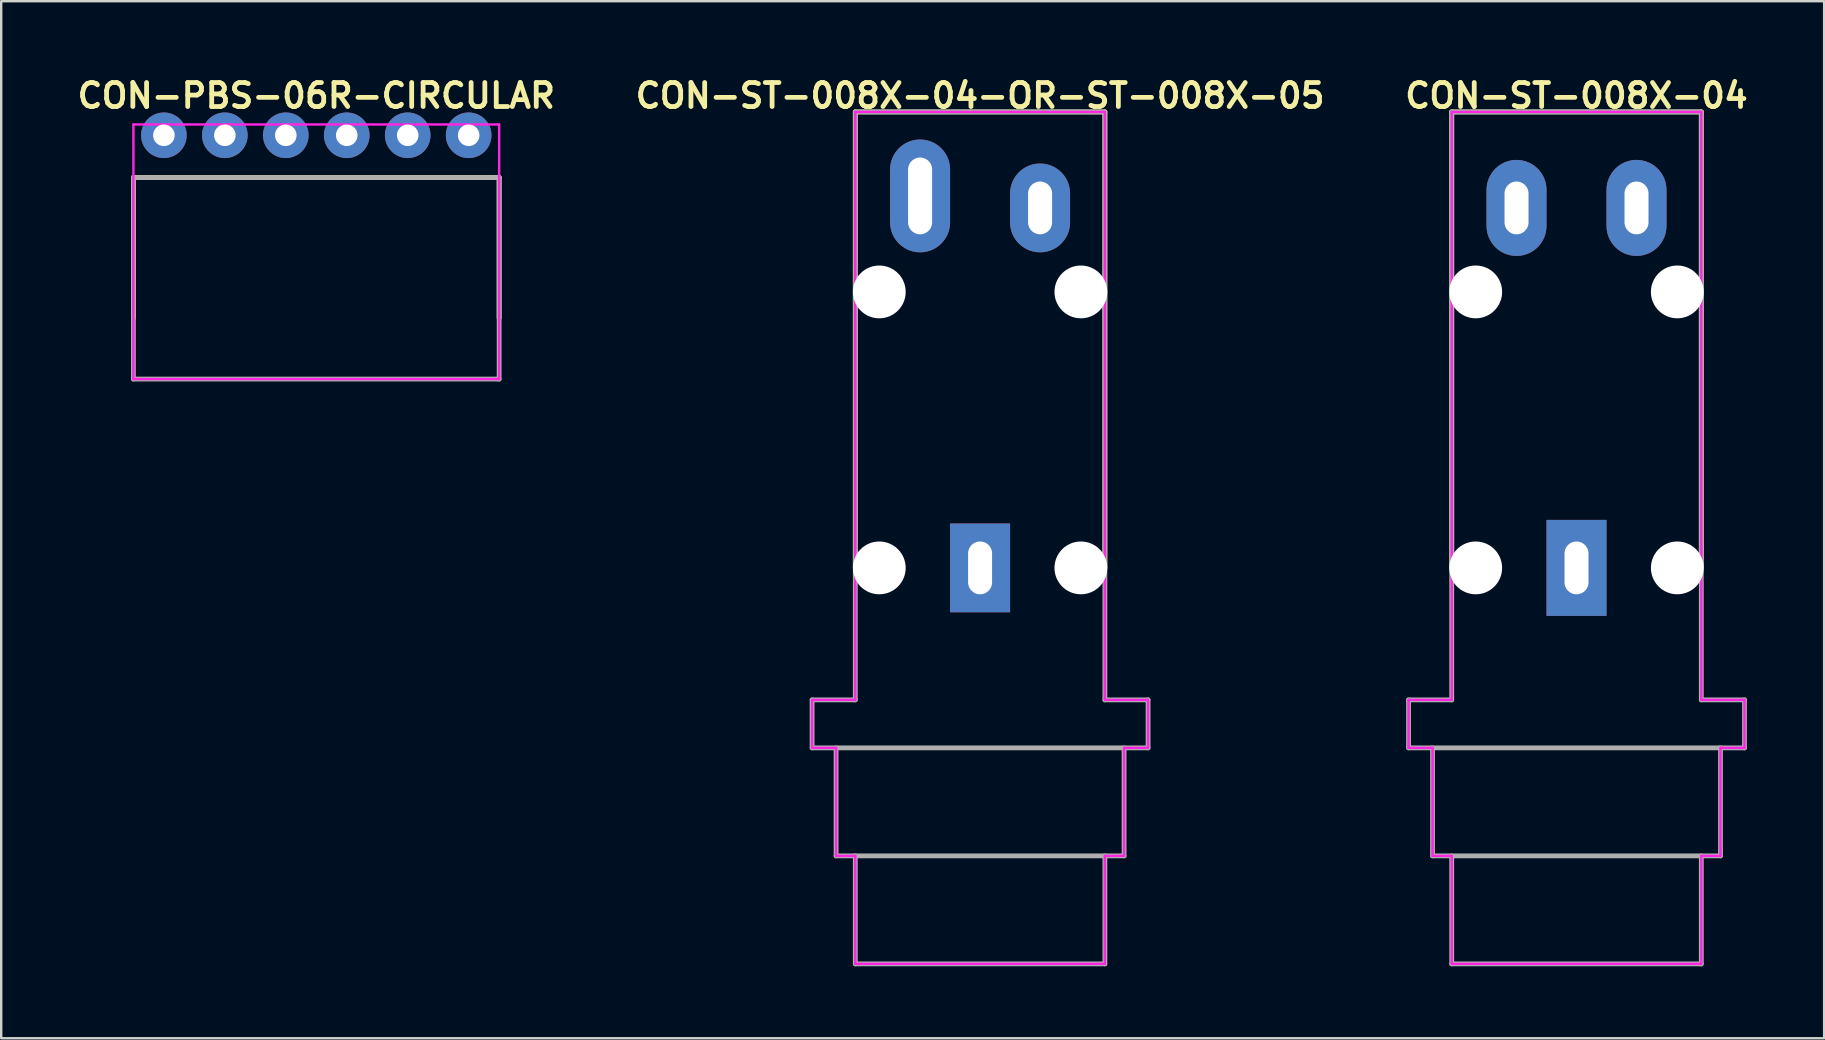
<source format=kicad_pcb>
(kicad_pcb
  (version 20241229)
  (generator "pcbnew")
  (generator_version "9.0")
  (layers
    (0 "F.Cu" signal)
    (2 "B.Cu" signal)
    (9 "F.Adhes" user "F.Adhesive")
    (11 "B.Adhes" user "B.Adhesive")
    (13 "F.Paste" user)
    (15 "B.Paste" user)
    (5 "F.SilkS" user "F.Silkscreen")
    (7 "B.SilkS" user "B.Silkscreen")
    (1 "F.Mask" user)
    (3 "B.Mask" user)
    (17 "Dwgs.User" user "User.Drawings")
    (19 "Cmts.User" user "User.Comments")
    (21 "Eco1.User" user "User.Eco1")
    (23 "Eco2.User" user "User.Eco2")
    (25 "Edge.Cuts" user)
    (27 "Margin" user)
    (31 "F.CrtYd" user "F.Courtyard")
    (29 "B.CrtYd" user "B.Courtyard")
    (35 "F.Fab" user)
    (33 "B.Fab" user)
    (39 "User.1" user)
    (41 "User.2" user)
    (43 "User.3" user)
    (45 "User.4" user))
  (footprint "CON-ST-008X-04"
    (layer "F.Cu")
    (at 62.643 28.114)
    (property "Reference" "CON-ST-008X-04" (at 0 -27.178 0) (layer "F.SilkS") (effects (font (size 1 1) (thickness 0.2))))
    (attr through_hole)
    (fp_line (start -5.2 -26.5) (end -5.2 -7.5) (stroke (width 0.2) (type solid)) (layer "F.SilkS"))
    (fp_line (start -5.2 -26.5) (end 5.2 -26.5) (stroke (width 0.2) (type solid)) (layer "F.SilkS"))
    (fp_line (start 5.2 -26.5) (end 5.2 -7.5) (stroke (width 0.2) (type solid)) (layer "F.SilkS"))
    (fp_line (start -7 -2) (end -7 0) (stroke (width 0.1) (type solid)) (layer "F.CrtYd"))
    (fp_line (start -7 -2) (end -5.2 -2) (stroke (width 0.1) (type solid)) (layer "F.CrtYd"))
    (fp_line (start -7 0) (end -6 0) (stroke (width 0.1) (type solid)) (layer "F.CrtYd"))
    (fp_line (start -6 0) (end -6 4.5) (stroke (width 0.1) (type solid)) (layer "F.CrtYd"))
    (fp_line (start -6 4.5) (end -5.2 4.5) (stroke (width 0.1) (type solid)) (layer "F.CrtYd"))
    (fp_line (start -5.2 -26.5) (end -5.2 -2) (stroke (width 0.1) (type solid)) (layer "F.CrtYd"))
    (fp_line (start -5.2 -26.5) (end 5.2 -26.5) (stroke (width 0.1) (type solid)) (layer "F.CrtYd"))
    (fp_line (start -5.2 4.5) (end -5.2 9) (stroke (width 0.1) (type solid)) (layer "F.CrtYd"))
    (fp_line (start -5.2 9) (end 5.2 9) (stroke (width 0.1) (type solid)) (layer "F.CrtYd"))
    (fp_line (start 5.2 -26.5) (end 5.2 -2) (stroke (width 0.1) (type solid)) (layer "F.CrtYd"))
    (fp_line (start 5.2 -2) (end 7 -2) (stroke (width 0.1) (type solid)) (layer "F.CrtYd"))
    (fp_line (start 5.2 4.5) (end 5.2 9) (stroke (width 0.1) (type solid)) (layer "F.CrtYd"))
    (fp_line (start 5.2 4.5) (end 6 4.5) (stroke (width 0.1) (type solid)) (layer "F.CrtYd"))
    (fp_line (start 6 0) (end 6 4.5) (stroke (width 0.1) (type solid)) (layer "F.CrtYd"))
    (fp_line (start 6 0) (end 7 0) (stroke (width 0.1) (type solid)) (layer "F.CrtYd"))
    (fp_line (start 7 -2) (end 7 0) (stroke (width 0.1) (type solid)) (layer "F.CrtYd"))
    (fp_line (start -7 -2) (end -7 0) (stroke (width 0.2) (type solid)) (layer "F.Fab"))
    (fp_line (start -7 -2) (end -5.2 -2) (stroke (width 0.2) (type solid)) (layer "F.Fab"))
    (fp_line (start -7 0) (end 7 0) (stroke (width 0.2) (type solid)) (layer "F.Fab"))
    (fp_line (start -6 0) (end -6 4.5) (stroke (width 0.2) (type solid)) (layer "F.Fab"))
    (fp_line (start -6 4.5) (end 6 4.5) (stroke (width 0.2) (type solid)) (layer "F.Fab"))
    (fp_line (start -5.2 -26.5) (end -5.2 -2) (stroke (width 0.2) (type solid)) (layer "F.Fab"))
    (fp_line (start -5.2 -26.5) (end 5.2 -26.5) (stroke (width 0.2) (type solid)) (layer "F.Fab"))
    (fp_line (start -5.2 4.5) (end -5.2 9) (stroke (width 0.2) (type solid)) (layer "F.Fab"))
    (fp_line (start -5.2 9) (end 5.2 9) (stroke (width 0.2) (type solid)) (layer "F.Fab"))
    (fp_line (start 5.2 -26.5) (end 5.2 -2) (stroke (width 0.2) (type solid)) (layer "F.Fab"))
    (fp_line (start 5.2 -2) (end 7 -2) (stroke (width 0.2) (type solid)) (layer "F.Fab"))
    (fp_line (start 5.2 4.5) (end 5.2 9) (stroke (width 0.2) (type solid)) (layer "F.Fab"))
    (fp_line (start 6 0) (end 6 4.5) (stroke (width 0.2) (type solid)) (layer "F.Fab"))
    (fp_line (start 7 -2) (end 7 0) (stroke (width 0.2) (type solid)) (layer "F.Fab"))
    (pad "" np_thru_hole circle (at -4.2 -19) (size 2.2 2.2) (drill 2.2) (layers "*.Cu" "*.Mask"))
    (pad "" np_thru_hole circle (at -4.2 -7.5) (size 2.2 2.2) (drill 2.2) (layers "*.Cu" "*.Mask"))
    (pad "" np_thru_hole circle (at 4.2 -19) (size 2.2 2.2) (drill 2.2) (layers "*.Cu" "*.Mask"))
    (pad "" np_thru_hole circle (at 4.2 -7.5) (size 2.2 2.2) (drill 2.2) (layers "*.Cu" "*.Mask"))
    (pad "R" thru_hole oval (at -2.5 -22.5) (size 2.5 4) (drill oval 1 2.2) (layers "B.Cu" "B.Mask"))
    (pad "S" thru_hole rect (at 0 -7.5) (size 2.5 4) (drill oval 1 2.2) (layers "B.Cu" "B.Mask"))
    (pad "T" thru_hole oval (at 2.5 -22.5) (size 2.5 4) (drill oval 1 2.2) (layers "B.Cu" "B.Mask")))
  (footprint "CON-PBS-06R-CIRCULAR"
    (layer "F.Cu")
    (at 10.129 2.587)
    (property "Reference" "CON-PBS-06R-CIRCULAR" (at 0 -1.651 0) (layer "F.SilkS") (effects (font (size 1 1) (thickness 0.2))))
    (attr through_hole)
    (fp_line (start -7.62 1.76) (end -7.62 7.62) (stroke (width 0.2) (type solid)) (layer "F.SilkS"))
    (fp_line (start -7.62 1.76) (end 7.62 1.76) (stroke (width 0.2) (type solid)) (layer "F.SilkS"))
    (fp_line (start 7.62 1.76) (end 7.62 7.62) (stroke (width 0.2) (type solid)) (layer "F.SilkS"))
    (fp_line (start -7.62 -0.45) (end -7.62 10.16) (stroke (width 0.1) (type solid)) (layer "F.CrtYd"))
    (fp_line (start -7.62 -0.45) (end 7.62 -0.45) (stroke (width 0.1) (type solid)) (layer "F.CrtYd"))
    (fp_line (start -7.62 10.16) (end 7.62 10.16) (stroke (width 0.1) (type solid)) (layer "F.CrtYd"))
    (fp_line (start 7.62 -0.45) (end 7.62 10.16) (stroke (width 0.1) (type solid)) (layer "F.CrtYd"))
    (fp_line (start -7.62 1.76) (end -7.62 10.16) (stroke (width 0.2) (type solid)) (layer "F.Fab"))
    (fp_line (start -7.62 1.76) (end 7.62 1.76) (stroke (width 0.2) (type solid)) (layer "F.Fab"))
    (fp_line (start -7.62 10.16) (end 7.62 10.16) (stroke (width 0.2) (type solid)) (layer "F.Fab"))
    (fp_line (start 7.62 1.76) (end 7.62 10.16) (stroke (width 0.2) (type solid)) (layer "F.Fab"))
    (pad "1" thru_hole circle (at -6.35 0) (size 1.9 1.9) (drill 0.9) (layers "B.Cu" "B.Mask"))
    (pad "2" thru_hole circle (at -3.81 0) (size 1.9 1.9) (drill 0.9) (layers "B.Cu" "B.Mask"))
    (pad "3" thru_hole circle (at -1.27 0) (size 1.9 1.9) (drill 0.9) (layers "B.Cu" "B.Mask"))
    (pad "4" thru_hole circle (at 1.27 0) (size 1.9 1.9) (drill 0.9) (layers "B.Cu" "B.Mask"))
    (pad "5" thru_hole circle (at 3.81 0) (size 1.9 1.9) (drill 0.9) (layers "B.Cu" "B.Mask"))
    (pad "6" thru_hole circle (at 6.35 0) (size 1.9 1.9) (drill 0.9) (layers "B.Cu" "B.Mask")))
  (footprint "CON-ST-008X-04-OR-ST-008X-05"
    (layer "F.Cu")
    (at 37.79 28.114)
    (property "Reference" "CON-ST-008X-04-OR-ST-008X-05" (at 0 -27.178 0) (layer "F.SilkS") (effects (font (size 1 1) (thickness 0.2))))
    (attr through_hole)
    (fp_line (start -5.2 -26.5) (end -5.2 -7.5) (stroke (width 0.2) (type solid)) (layer "F.SilkS"))
    (fp_line (start -5.2 -26.5) (end 5.2 -26.5) (stroke (width 0.2) (type solid)) (layer "F.SilkS"))
    (fp_line (start 5.2 -26.5) (end 5.2 -7.5) (stroke (width 0.2) (type solid)) (layer "F.SilkS"))
    (fp_line (start -7 -2) (end -7 0) (stroke (width 0.1) (type solid)) (layer "F.CrtYd"))
    (fp_line (start -7 -2) (end -5.2 -2) (stroke (width 0.1) (type solid)) (layer "F.CrtYd"))
    (fp_line (start -7 0) (end -6 0) (stroke (width 0.1) (type solid)) (layer "F.CrtYd"))
    (fp_line (start -6 0) (end -6 4.5) (stroke (width 0.1) (type solid)) (layer "F.CrtYd"))
    (fp_line (start -6 4.5) (end -5.2 4.5) (stroke (width 0.1) (type solid)) (layer "F.CrtYd"))
    (fp_line (start -5.2 -26.5) (end -5.2 -2) (stroke (width 0.1) (type solid)) (layer "F.CrtYd"))
    (fp_line (start -5.2 -26.5) (end 5.2 -26.5) (stroke (width 0.1) (type solid)) (layer "F.CrtYd"))
    (fp_line (start -5.2 4.5) (end -5.2 9) (stroke (width 0.1) (type solid)) (layer "F.CrtYd"))
    (fp_line (start -5.2 9) (end 5.2 9) (stroke (width 0.1) (type solid)) (layer "F.CrtYd"))
    (fp_line (start 5.2 -26.5) (end 5.2 -2) (stroke (width 0.1) (type solid)) (layer "F.CrtYd"))
    (fp_line (start 5.2 -2) (end 7 -2) (stroke (width 0.1) (type solid)) (layer "F.CrtYd"))
    (fp_line (start 5.2 4.5) (end 5.2 9) (stroke (width 0.1) (type solid)) (layer "F.CrtYd"))
    (fp_line (start 5.2 4.5) (end 6 4.5) (stroke (width 0.1) (type solid)) (layer "F.CrtYd"))
    (fp_line (start 6 0) (end 6 4.5) (stroke (width 0.1) (type solid)) (layer "F.CrtYd"))
    (fp_line (start 6 0) (end 7 0) (stroke (width 0.1) (type solid)) (layer "F.CrtYd"))
    (fp_line (start 7 -2) (end 7 0) (stroke (width 0.1) (type solid)) (layer "F.CrtYd"))
    (fp_line (start -7 -2) (end -7 0) (stroke (width 0.2) (type solid)) (layer "F.Fab"))
    (fp_line (start -7 -2) (end -5.2 -2) (stroke (width 0.2) (type solid)) (layer "F.Fab"))
    (fp_line (start -7 0) (end 7 0) (stroke (width 0.2) (type solid)) (layer "F.Fab"))
    (fp_line (start -6 0) (end -6 4.5) (stroke (width 0.2) (type solid)) (layer "F.Fab"))
    (fp_line (start -6 4.5) (end 6 4.5) (stroke (width 0.2) (type solid)) (layer "F.Fab"))
    (fp_line (start -5.2 -26.5) (end -5.2 -2) (stroke (width 0.2) (type solid)) (layer "F.Fab"))
    (fp_line (start -5.2 -26.5) (end 5.2 -26.5) (stroke (width 0.2) (type solid)) (layer "F.Fab"))
    (fp_line (start -5.2 4.5) (end -5.2 9) (stroke (width 0.2) (type solid)) (layer "F.Fab"))
    (fp_line (start -5.2 9) (end 5.2 9) (stroke (width 0.2) (type solid)) (layer "F.Fab"))
    (fp_line (start 5.2 -26.5) (end 5.2 -2) (stroke (width 0.2) (type solid)) (layer "F.Fab"))
    (fp_line (start 5.2 -2) (end 7 -2) (stroke (width 0.2) (type solid)) (layer "F.Fab"))
    (fp_line (start 5.2 4.5) (end 5.2 9) (stroke (width 0.2) (type solid)) (layer "F.Fab"))
    (fp_line (start 6 0) (end 6 4.5) (stroke (width 0.2) (type solid)) (layer "F.Fab"))
    (fp_line (start 7 -2) (end 7 0) (stroke (width 0.2) (type solid)) (layer "F.Fab"))
    (pad "" np_thru_hole circle (at -4.2 -19) (size 2.2 2.2) (drill 2.2) (layers "*.Cu" "*.Mask"))
    (pad "" np_thru_hole circle (at -4.2 -7.5) (size 2.2 2.2) (drill 2.2) (layers "*.Cu" "*.Mask"))
    (pad "" np_thru_hole circle (at 4.2 -19) (size 2.2 2.2) (drill 2.2) (layers "*.Cu" "*.Mask"))
    (pad "" np_thru_hole circle (at 4.2 -7.5) (size 2.2 2.2) (drill 2.2) (layers "*.Cu" "*.Mask"))
    (pad "R/TN" thru_hole oval (at -2.5 -23) (size 2.5 4.7) (drill oval 1 3.2) (layers "B.Cu" "B.Mask"))
    (pad "S" thru_hole rect (at 0 -7.5) (size 2.5 3.7) (drill oval 1 2.2) (layers "B.Cu" "B.Mask"))
    (pad "T" thru_hole oval (at 2.5 -22.5) (size 2.5 3.7) (drill oval 1 2.2) (layers "B.Cu" "B.Mask")))
  (gr_rect
    (start -3 -3)
    (end 72.962 40.214)
    (stroke (width 0.1) (type default))
    (fill no)
    (layer "Edge.Cuts")))
</source>
